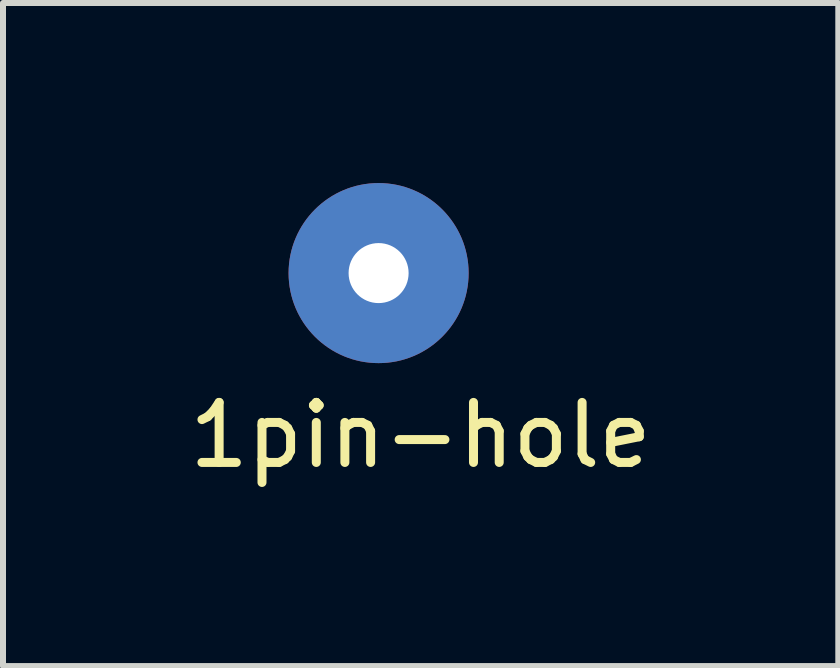
<source format=kicad_pcb>
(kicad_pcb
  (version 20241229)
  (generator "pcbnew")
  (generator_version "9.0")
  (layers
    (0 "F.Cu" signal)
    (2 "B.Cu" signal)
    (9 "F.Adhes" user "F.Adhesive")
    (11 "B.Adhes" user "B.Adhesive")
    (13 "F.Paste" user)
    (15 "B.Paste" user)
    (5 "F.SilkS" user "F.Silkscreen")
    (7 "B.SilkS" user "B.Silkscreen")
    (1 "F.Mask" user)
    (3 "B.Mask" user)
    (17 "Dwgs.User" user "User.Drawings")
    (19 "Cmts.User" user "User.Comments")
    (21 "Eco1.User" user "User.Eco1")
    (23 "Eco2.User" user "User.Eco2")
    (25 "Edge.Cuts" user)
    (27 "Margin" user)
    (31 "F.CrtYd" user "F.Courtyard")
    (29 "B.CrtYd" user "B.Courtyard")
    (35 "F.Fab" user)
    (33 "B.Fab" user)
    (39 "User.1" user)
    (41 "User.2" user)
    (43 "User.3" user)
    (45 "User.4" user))
  (footprint "1pin-hole"
    (layer "F.Cu")
    (at 3.258 1.5)
    (property "Reference" "1pin-hole" (at 0.7 2.7 0) (layer "F.SilkS") (effects (font (size 1 1) (thickness 0.15))))
    (attr through_hole)
    (pad "1" thru_hole circle (at 0 0) (size 3 3) (drill 1) (layers "*.Cu" "*.Mask")))
  (gr_rect
    (start -3 -3)
    (end 10.917 8.048)
    (stroke (width 0.1) (type default))
    (fill no)
    (layer "Edge.Cuts")))
</source>
